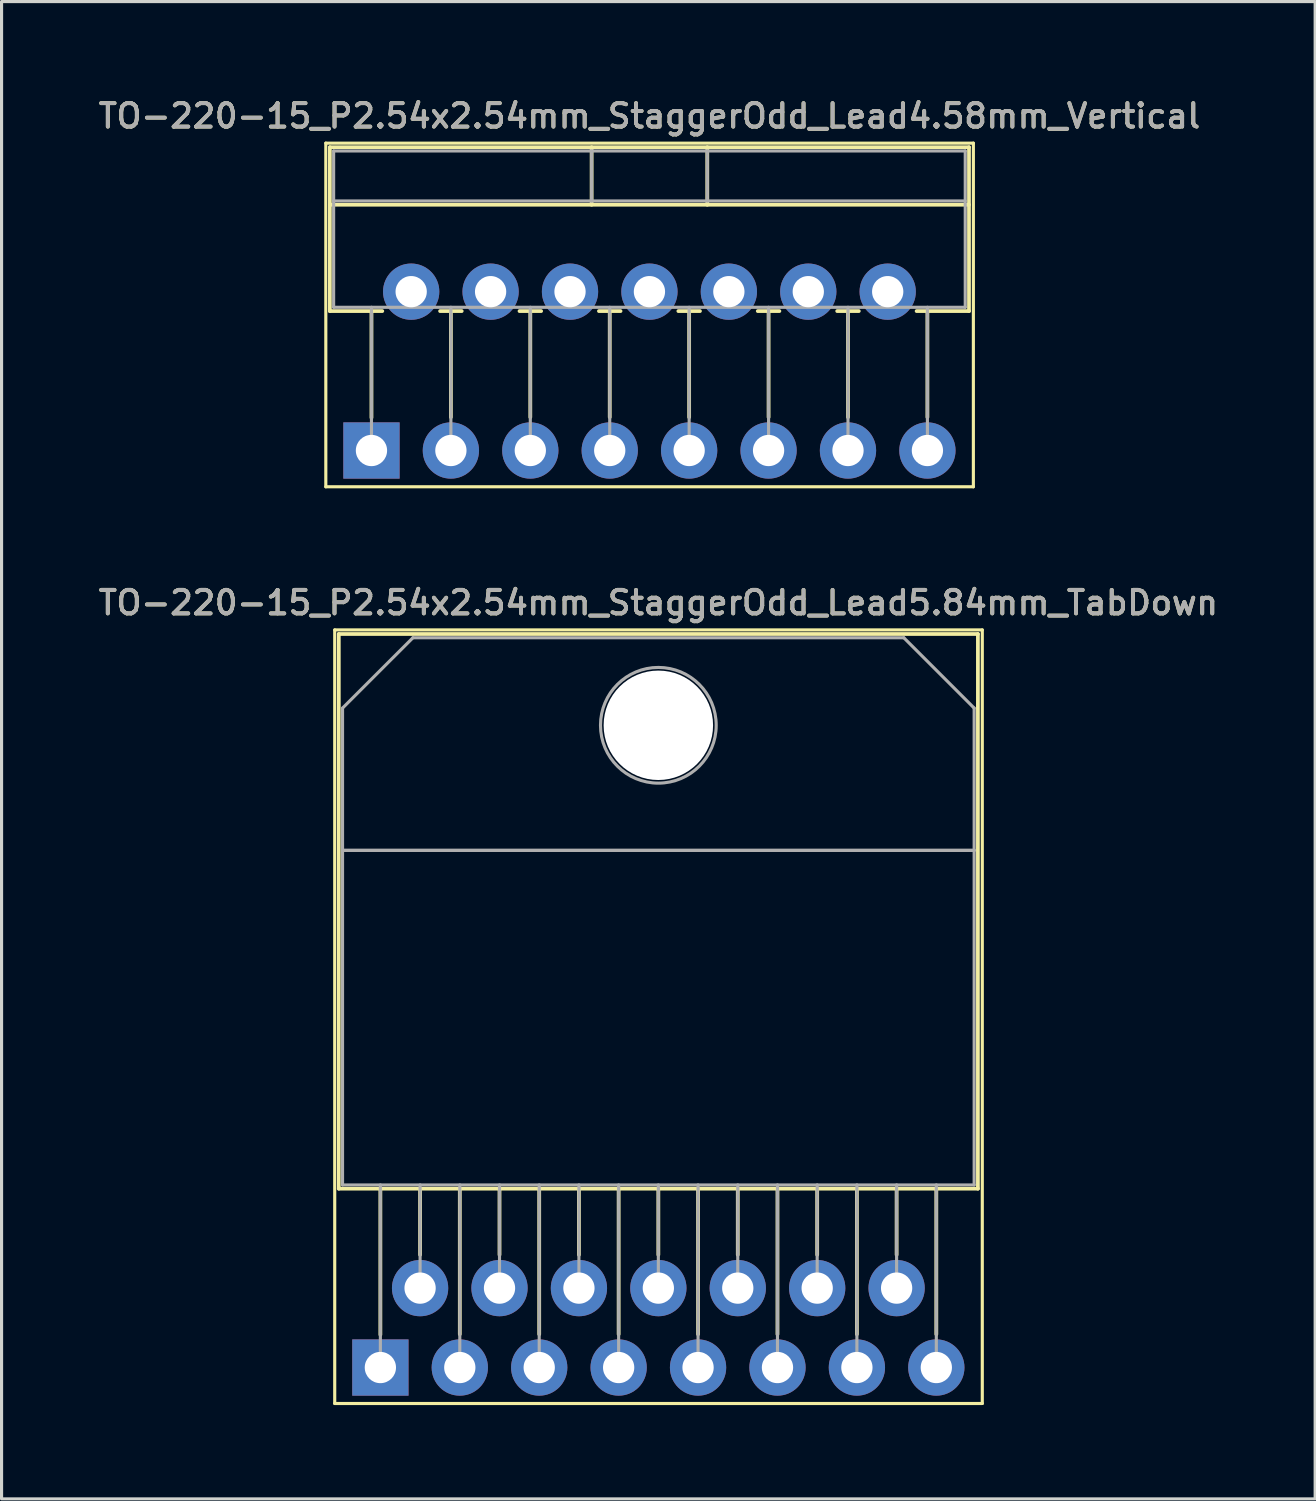
<source format=kicad_pcb>
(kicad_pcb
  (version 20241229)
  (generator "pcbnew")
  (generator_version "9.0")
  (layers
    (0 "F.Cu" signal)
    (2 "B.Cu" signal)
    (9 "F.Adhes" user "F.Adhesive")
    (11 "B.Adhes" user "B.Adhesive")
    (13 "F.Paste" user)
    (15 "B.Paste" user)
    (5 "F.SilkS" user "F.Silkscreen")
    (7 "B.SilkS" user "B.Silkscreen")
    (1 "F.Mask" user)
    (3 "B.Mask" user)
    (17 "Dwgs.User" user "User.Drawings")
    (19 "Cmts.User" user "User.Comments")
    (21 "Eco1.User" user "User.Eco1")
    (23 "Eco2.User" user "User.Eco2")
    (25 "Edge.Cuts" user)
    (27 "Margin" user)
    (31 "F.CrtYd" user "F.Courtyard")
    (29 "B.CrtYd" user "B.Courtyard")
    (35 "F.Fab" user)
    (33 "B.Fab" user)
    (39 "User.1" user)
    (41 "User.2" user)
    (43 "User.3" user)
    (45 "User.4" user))
  (footprint "TO-220-15_P2.54x2.54mm_StaggerOdd_Lead4.58mm_Vertical"
    (layer "F.Cu")
    (at 8.83 11.358)
    (property "Reference" "TO-220-15_P2.54x2.54mm_StaggerOdd_Lead4.58mm_Vertical" (at 8.89 -10.7 0) (layer "F.SilkS") (effects (font (size 0.75 0.75) (thickness 0.125))))
    (attr through_hole)
    (fp_line (start -1.46 -9.83) (end -1.46 1.16) (stroke (width 0.1) (type solid)) (layer "F.SilkS"))
    (fp_line (start -1.46 1.16) (end 19.25 1.16) (stroke (width 0.1) (type solid)) (layer "F.SilkS"))
    (fp_line (start -1.33 -9.7) (end -1.33 -4.459) (stroke (width 0.12) (type solid)) (layer "F.SilkS"))
    (fp_line (start -1.33 -9.7) (end 19.11 -9.7) (stroke (width 0.12) (type solid)) (layer "F.SilkS"))
    (fp_line (start -1.33 -7.86) (end 19.11 -7.86) (stroke (width 0.12) (type solid)) (layer "F.SilkS"))
    (fp_line (start -1.33 -4.459) (end 0.346 -4.459) (stroke (width 0.12) (type solid)) (layer "F.SilkS"))
    (fp_line (start 0 -4.459) (end 0 -1.05) (stroke (width 0.12) (type solid)) (layer "F.SilkS"))
    (fp_line (start 2.195 -4.459) (end 2.886 -4.459) (stroke (width 0.12) (type solid)) (layer "F.SilkS"))
    (fp_line (start 2.54 -4.459) (end 2.54 -1.065) (stroke (width 0.12) (type solid)) (layer "F.SilkS"))
    (fp_line (start 4.735 -4.459) (end 5.426 -4.459) (stroke (width 0.12) (type solid)) (layer "F.SilkS"))
    (fp_line (start 5.08 -4.459) (end 5.08 -1.065) (stroke (width 0.12) (type solid)) (layer "F.SilkS"))
    (fp_line (start 7.041 -9.7) (end 7.041 -7.86) (stroke (width 0.12) (type solid)) (layer "F.SilkS"))
    (fp_line (start 7.275 -4.459) (end 7.966 -4.459) (stroke (width 0.12) (type solid)) (layer "F.SilkS"))
    (fp_line (start 7.62 -4.459) (end 7.62 -1.065) (stroke (width 0.12) (type solid)) (layer "F.SilkS"))
    (fp_line (start 9.815 -4.459) (end 10.506 -4.459) (stroke (width 0.12) (type solid)) (layer "F.SilkS"))
    (fp_line (start 10.16 -4.459) (end 10.16 -1.065) (stroke (width 0.12) (type solid)) (layer "F.SilkS"))
    (fp_line (start 10.74 -9.7) (end 10.74 -7.86) (stroke (width 0.12) (type solid)) (layer "F.SilkS"))
    (fp_line (start 12.355 -4.459) (end 13.046 -4.459) (stroke (width 0.12) (type solid)) (layer "F.SilkS"))
    (fp_line (start 12.7 -4.459) (end 12.7 -1.065) (stroke (width 0.12) (type solid)) (layer "F.SilkS"))
    (fp_line (start 14.895 -4.459) (end 15.586 -4.459) (stroke (width 0.12) (type solid)) (layer "F.SilkS"))
    (fp_line (start 15.24 -4.459) (end 15.24 -1.065) (stroke (width 0.12) (type solid)) (layer "F.SilkS"))
    (fp_line (start 17.435 -4.459) (end 19.11 -4.459) (stroke (width 0.12) (type solid)) (layer "F.SilkS"))
    (fp_line (start 17.78 -4.459) (end 17.78 -1.065) (stroke (width 0.12) (type solid)) (layer "F.SilkS"))
    (fp_line (start 19.11 -9.7) (end 19.11 -4.459) (stroke (width 0.12) (type solid)) (layer "F.SilkS"))
    (fp_line (start 19.25 -9.83) (end -1.46 -9.83) (stroke (width 0.1) (type solid)) (layer "F.SilkS"))
    (fp_line (start 19.25 1.16) (end 19.25 -9.83) (stroke (width 0.1) (type solid)) (layer "F.SilkS"))
    (fp_line (start -1.21 -9.58) (end -1.21 -4.58) (stroke (width 0.1) (type solid)) (layer "F.Fab"))
    (fp_line (start -1.21 -7.98) (end 18.99 -7.98) (stroke (width 0.1) (type solid)) (layer "F.Fab"))
    (fp_line (start -1.21 -4.58) (end 18.99 -4.58) (stroke (width 0.1) (type solid)) (layer "F.Fab"))
    (fp_line (start 0 -4.58) (end 0 0) (stroke (width 0.1) (type solid)) (layer "F.Fab"))
    (fp_line (start 2.54 -4.58) (end 2.54 0) (stroke (width 0.1) (type solid)) (layer "F.Fab"))
    (fp_line (start 5.08 -4.58) (end 5.08 0) (stroke (width 0.1) (type solid)) (layer "F.Fab"))
    (fp_line (start 7.04 -9.58) (end 7.04 -7.98) (stroke (width 0.1) (type solid)) (layer "F.Fab"))
    (fp_line (start 7.62 -4.58) (end 7.62 0) (stroke (width 0.1) (type solid)) (layer "F.Fab"))
    (fp_line (start 10.16 -4.58) (end 10.16 0) (stroke (width 0.1) (type solid)) (layer "F.Fab"))
    (fp_line (start 10.74 -9.58) (end 10.74 -7.98) (stroke (width 0.1) (type solid)) (layer "F.Fab"))
    (fp_line (start 12.7 -4.58) (end 12.7 0) (stroke (width 0.1) (type solid)) (layer "F.Fab"))
    (fp_line (start 15.24 -4.58) (end 15.24 0) (stroke (width 0.1) (type solid)) (layer "F.Fab"))
    (fp_line (start 17.78 -4.58) (end 17.78 0) (stroke (width 0.1) (type solid)) (layer "F.Fab"))
    (fp_line (start 18.99 -9.58) (end -1.21 -9.58) (stroke (width 0.1) (type solid)) (layer "F.Fab"))
    (fp_line (start 18.99 -4.58) (end 18.99 -9.58) (stroke (width 0.1) (type solid)) (layer "F.Fab"))
    (fp_text user "${REFERENCE}" (at 8.89 -10.7 0) (layer "F.Fab") (effects (font (size 0.75 0.75) (thickness 0.125))))
    (pad "1" thru_hole rect (at 0 0) (size 1.8 1.8) (drill 1) (layers "*.Cu" "*.Mask"))
    (pad "2" thru_hole oval (at 1.27 -5.08) (size 1.8 1.8) (drill 1) (layers "*.Cu" "*.Mask"))
    (pad "3" thru_hole oval (at 2.54 0) (size 1.8 1.8) (drill 1) (layers "*.Cu" "*.Mask"))
    (pad "4" thru_hole oval (at 3.81 -5.08) (size 1.8 1.8) (drill 1) (layers "*.Cu" "*.Mask"))
    (pad "5" thru_hole oval (at 5.08 0) (size 1.8 1.8) (drill 1) (layers "*.Cu" "*.Mask"))
    (pad "6" thru_hole oval (at 6.35 -5.08) (size 1.8 1.8) (drill 1) (layers "*.Cu" "*.Mask"))
    (pad "7" thru_hole oval (at 7.62 0) (size 1.8 1.8) (drill 1) (layers "*.Cu" "*.Mask"))
    (pad "8" thru_hole oval (at 8.89 -5.08) (size 1.8 1.8) (drill 1) (layers "*.Cu" "*.Mask"))
    (pad "9" thru_hole oval (at 10.16 0) (size 1.8 1.8) (drill 1) (layers "*.Cu" "*.Mask"))
    (pad "10" thru_hole oval (at 11.43 -5.08) (size 1.8 1.8) (drill 1) (layers "*.Cu" "*.Mask"))
    (pad "11" thru_hole oval (at 12.7 0) (size 1.8 1.8) (drill 1) (layers "*.Cu" "*.Mask"))
    (pad "12" thru_hole oval (at 13.97 -5.08) (size 1.8 1.8) (drill 1) (layers "*.Cu" "*.Mask"))
    (pad "13" thru_hole oval (at 15.24 0) (size 1.8 1.8) (drill 1) (layers "*.Cu" "*.Mask"))
    (pad "14" thru_hole oval (at 16.51 -5.08) (size 1.8 1.8) (drill 1) (layers "*.Cu" "*.Mask"))
    (pad "15" thru_hole oval (at 17.78 0) (size 1.8 1.8) (drill 1) (layers "*.Cu" "*.Mask")))
  (footprint "TO-220-15_P2.54x2.54mm_StaggerOdd_Lead5.84mm_TabDown"
    (layer "F.Cu")
    (at 9.115 40.686)
    (property "Reference" "TO-220-15_P2.54x2.54mm_StaggerOdd_Lead5.84mm_TabDown" (at 8.89 -24.46 0) (layer "F.SilkS") (effects (font (size 0.75 0.75) (thickness 0.125))))
    (attr through_hole)
    (fp_line (start -1.46 -23.59) (end -1.46 1.15) (stroke (width 0.1) (type solid)) (layer "F.SilkS"))
    (fp_line (start -1.46 1.15) (end 19.25 1.15) (stroke (width 0.1) (type solid)) (layer "F.SilkS"))
    (fp_line (start -1.33 -23.46) (end -1.33 -5.72) (stroke (width 0.12) (type solid)) (layer "F.SilkS"))
    (fp_line (start -1.33 -23.46) (end 19.11 -23.46) (stroke (width 0.12) (type solid)) (layer "F.SilkS"))
    (fp_line (start -1.33 -5.72) (end 19.11 -5.72) (stroke (width 0.12) (type solid)) (layer "F.SilkS"))
    (fp_line (start 0 -5.72) (end 0 -1.05) (stroke (width 0.12) (type solid)) (layer "F.SilkS"))
    (fp_line (start 1.27 -5.72) (end 1.27 -3.606) (stroke (width 0.12) (type solid)) (layer "F.SilkS"))
    (fp_line (start 2.54 -5.72) (end 2.54 -1.065) (stroke (width 0.12) (type solid)) (layer "F.SilkS"))
    (fp_line (start 3.81 -5.72) (end 3.81 -3.606) (stroke (width 0.12) (type solid)) (layer "F.SilkS"))
    (fp_line (start 5.08 -5.72) (end 5.08 -1.065) (stroke (width 0.12) (type solid)) (layer "F.SilkS"))
    (fp_line (start 6.35 -5.72) (end 6.35 -3.606) (stroke (width 0.12) (type solid)) (layer "F.SilkS"))
    (fp_line (start 7.62 -5.72) (end 7.62 -1.065) (stroke (width 0.12) (type solid)) (layer "F.SilkS"))
    (fp_line (start 8.89 -5.72) (end 8.89 -3.606) (stroke (width 0.12) (type solid)) (layer "F.SilkS"))
    (fp_line (start 10.16 -5.72) (end 10.16 -1.065) (stroke (width 0.12) (type solid)) (layer "F.SilkS"))
    (fp_line (start 11.43 -5.72) (end 11.43 -3.606) (stroke (width 0.12) (type solid)) (layer "F.SilkS"))
    (fp_line (start 12.7 -5.72) (end 12.7 -1.065) (stroke (width 0.12) (type solid)) (layer "F.SilkS"))
    (fp_line (start 13.97 -5.72) (end 13.97 -3.606) (stroke (width 0.12) (type solid)) (layer "F.SilkS"))
    (fp_line (start 15.24 -5.72) (end 15.24 -1.065) (stroke (width 0.12) (type solid)) (layer "F.SilkS"))
    (fp_line (start 16.51 -5.72) (end 16.51 -3.606) (stroke (width 0.12) (type solid)) (layer "F.SilkS"))
    (fp_line (start 17.78 -5.72) (end 17.78 -1.065) (stroke (width 0.12) (type solid)) (layer "F.SilkS"))
    (fp_line (start 19.11 -23.46) (end 19.11 -5.72) (stroke (width 0.12) (type solid)) (layer "F.SilkS"))
    (fp_line (start 19.25 -23.59) (end -1.46 -23.59) (stroke (width 0.1) (type solid)) (layer "F.SilkS"))
    (fp_line (start 19.25 1.15) (end 19.25 -23.59) (stroke (width 0.1) (type solid)) (layer "F.SilkS"))
    (fp_line (start -1.21 -21.09) (end 1.041 -23.34) (stroke (width 0.1) (type solid)) (layer "F.Fab"))
    (fp_line (start -1.21 -16.54) (end -1.21 -21.09) (stroke (width 0.1) (type solid)) (layer "F.Fab"))
    (fp_line (start -1.21 -16.54) (end 18.99 -16.54) (stroke (width 0.1) (type solid)) (layer "F.Fab"))
    (fp_line (start -1.21 -5.84) (end -1.21 -16.54) (stroke (width 0.1) (type solid)) (layer "F.Fab"))
    (fp_line (start 0 -5.84) (end 0 0) (stroke (width 0.1) (type solid)) (layer "F.Fab"))
    (fp_line (start 1.041 -23.34) (end 16.74 -23.34) (stroke (width 0.1) (type solid)) (layer "F.Fab"))
    (fp_line (start 1.27 -5.84) (end 1.27 -2.54) (stroke (width 0.1) (type solid)) (layer "F.Fab"))
    (fp_line (start 2.54 -5.84) (end 2.54 0) (stroke (width 0.1) (type solid)) (layer "F.Fab"))
    (fp_line (start 3.81 -5.84) (end 3.81 -2.54) (stroke (width 0.1) (type solid)) (layer "F.Fab"))
    (fp_line (start 5.08 -5.84) (end 5.08 0) (stroke (width 0.1) (type solid)) (layer "F.Fab"))
    (fp_line (start 6.35 -5.84) (end 6.35 -2.54) (stroke (width 0.1) (type solid)) (layer "F.Fab"))
    (fp_line (start 7.62 -5.84) (end 7.62 0) (stroke (width 0.1) (type solid)) (layer "F.Fab"))
    (fp_line (start 8.89 -5.84) (end 8.89 -2.54) (stroke (width 0.1) (type solid)) (layer "F.Fab"))
    (fp_line (start 10.16 -5.84) (end 10.16 0) (stroke (width 0.1) (type solid)) (layer "F.Fab"))
    (fp_line (start 11.43 -5.84) (end 11.43 -2.54) (stroke (width 0.1) (type solid)) (layer "F.Fab"))
    (fp_line (start 12.7 -5.84) (end 12.7 0) (stroke (width 0.1) (type solid)) (layer "F.Fab"))
    (fp_line (start 13.97 -5.84) (end 13.97 -2.54) (stroke (width 0.1) (type solid)) (layer "F.Fab"))
    (fp_line (start 15.24 -5.84) (end 15.24 0) (stroke (width 0.1) (type solid)) (layer "F.Fab"))
    (fp_line (start 16.51 -5.84) (end 16.51 -2.54) (stroke (width 0.1) (type solid)) (layer "F.Fab"))
    (fp_line (start 16.74 -23.34) (end 18.99 -21.09) (stroke (width 0.1) (type solid)) (layer "F.Fab"))
    (fp_line (start 17.78 -5.84) (end 17.78 0) (stroke (width 0.1) (type solid)) (layer "F.Fab"))
    (fp_line (start 18.99 -21.09) (end 18.99 -16.54) (stroke (width 0.1) (type solid)) (layer "F.Fab"))
    (fp_line (start 18.99 -16.54) (end -1.21 -16.54) (stroke (width 0.1) (type solid)) (layer "F.Fab"))
    (fp_line (start 18.99 -16.54) (end 18.99 -5.84) (stroke (width 0.1) (type solid)) (layer "F.Fab"))
    (fp_line (start 18.99 -5.84) (end -1.21 -5.84) (stroke (width 0.1) (type solid)) (layer "F.Fab"))
    (fp_circle (center 8.89 -20.54) (end 10.74 -20.54) (stroke (width 0.1) (type solid)) (fill no) (layer "F.Fab"))
    (fp_text user "${REFERENCE}" (at 8.89 -24.46 0) (layer "F.Fab") (effects (font (size 0.75 0.75) (thickness 0.125))))
    (pad "" np_thru_hole oval (at 8.89 -20.54) (size 3.5 3.5) (drill 3.5) (layers "*.Cu" "*.Mask"))
    (pad "1" thru_hole rect (at 0 0) (size 1.8 1.8) (drill 1) (layers "*.Cu" "*.Mask"))
    (pad "2" thru_hole oval (at 1.27 -2.54) (size 1.8 1.8) (drill 1) (layers "*.Cu" "*.Mask"))
    (pad "3" thru_hole oval (at 2.54 0) (size 1.8 1.8) (drill 1) (layers "*.Cu" "*.Mask"))
    (pad "4" thru_hole oval (at 3.81 -2.54) (size 1.8 1.8) (drill 1) (layers "*.Cu" "*.Mask"))
    (pad "5" thru_hole oval (at 5.08 0) (size 1.8 1.8) (drill 1) (layers "*.Cu" "*.Mask"))
    (pad "6" thru_hole oval (at 6.35 -2.54) (size 1.8 1.8) (drill 1) (layers "*.Cu" "*.Mask"))
    (pad "7" thru_hole oval (at 7.62 0) (size 1.8 1.8) (drill 1) (layers "*.Cu" "*.Mask"))
    (pad "8" thru_hole oval (at 8.89 -2.54) (size 1.8 1.8) (drill 1) (layers "*.Cu" "*.Mask"))
    (pad "9" thru_hole oval (at 10.16 0) (size 1.8 1.8) (drill 1) (layers "*.Cu" "*.Mask"))
    (pad "10" thru_hole oval (at 11.43 -2.54) (size 1.8 1.8) (drill 1) (layers "*.Cu" "*.Mask"))
    (pad "11" thru_hole oval (at 12.7 0) (size 1.8 1.8) (drill 1) (layers "*.Cu" "*.Mask"))
    (pad "12" thru_hole oval (at 13.97 -2.54) (size 1.8 1.8) (drill 1) (layers "*.Cu" "*.Mask"))
    (pad "13" thru_hole oval (at 15.24 0) (size 1.8 1.8) (drill 1) (layers "*.Cu" "*.Mask"))
    (pad "14" thru_hole oval (at 16.51 -2.54) (size 1.8 1.8) (drill 1) (layers "*.Cu" "*.Mask"))
    (pad "15" thru_hole oval (at 17.78 0) (size 1.8 1.8) (drill 1) (layers "*.Cu" "*.Mask")))
  (gr_rect
    (start -3 -3)
    (end 39.011 44.886)
    (stroke (width 0.1) (type default))
    (fill no)
    (layer "Edge.Cuts")))
</source>
